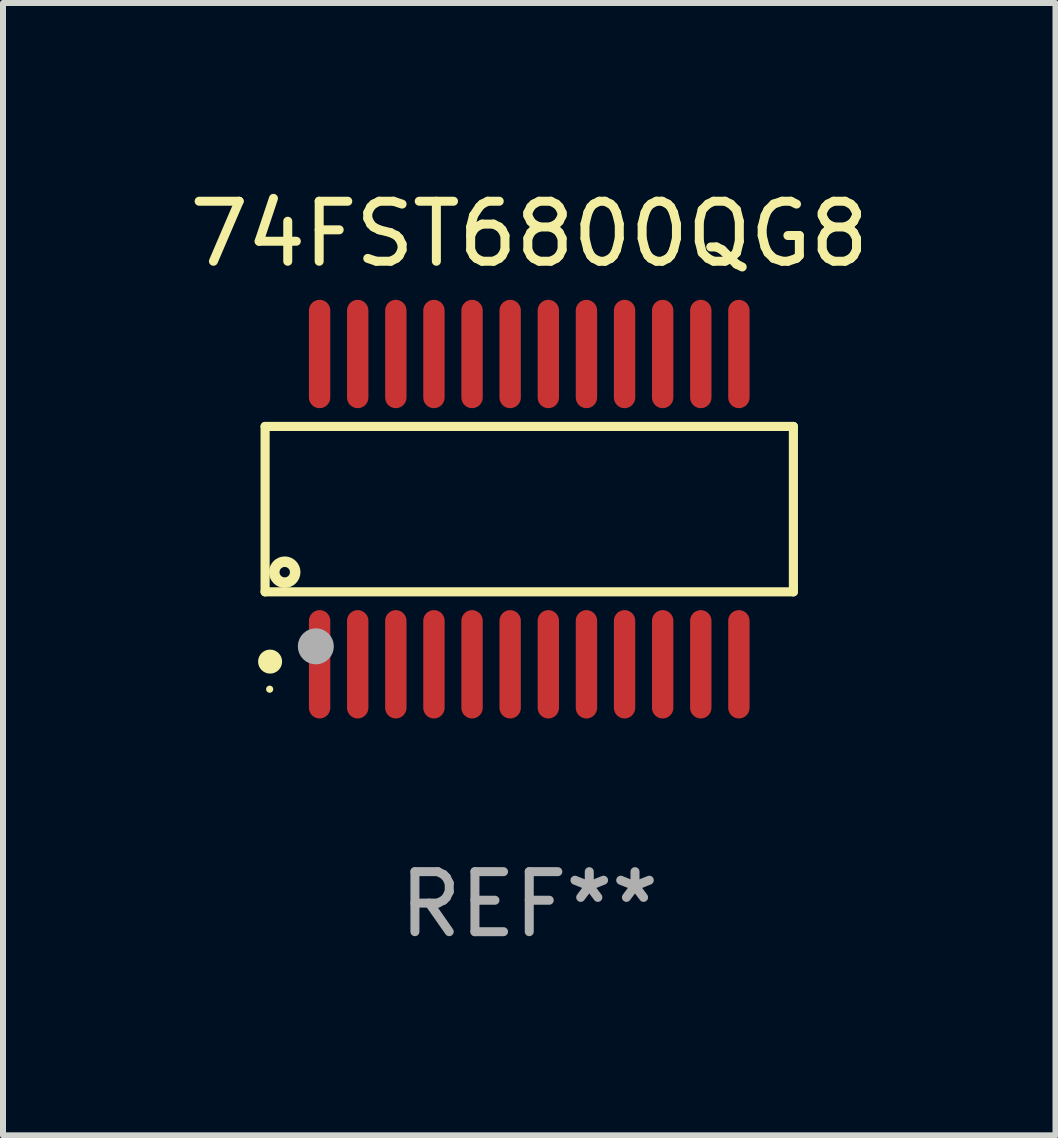
<source format=kicad_pcb>
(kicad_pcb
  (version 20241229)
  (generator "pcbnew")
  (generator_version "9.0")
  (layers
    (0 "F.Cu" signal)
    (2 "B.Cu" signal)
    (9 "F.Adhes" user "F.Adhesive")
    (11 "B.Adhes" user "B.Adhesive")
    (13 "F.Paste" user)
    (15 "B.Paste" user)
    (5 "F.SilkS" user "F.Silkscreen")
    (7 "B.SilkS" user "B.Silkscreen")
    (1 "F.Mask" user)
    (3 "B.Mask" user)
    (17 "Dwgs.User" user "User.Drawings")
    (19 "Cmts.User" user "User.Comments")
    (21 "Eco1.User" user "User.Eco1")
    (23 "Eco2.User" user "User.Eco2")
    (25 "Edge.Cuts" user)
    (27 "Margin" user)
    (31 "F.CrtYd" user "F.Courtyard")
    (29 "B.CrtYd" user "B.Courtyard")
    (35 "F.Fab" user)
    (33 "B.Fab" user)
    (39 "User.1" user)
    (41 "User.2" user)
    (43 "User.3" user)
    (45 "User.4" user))
  (footprint "74FST6800QG8"
    (layer "F.Cu")
    (at 5.768 5.433)
    (property "Reference" "74FST6800QG8" (at 0 -4.585 0) (layer "F.SilkS") (effects (font (size 1 1) (thickness 0.15))))
    (attr through_hole)
    (fp_line (start -4.401 -1.378) (end 4.401 -1.378) (stroke (width 0.152) (type solid)) (layer "F.SilkS"))
    (fp_line (start -4.401 1.378) (end -4.401 -1.378) (stroke (width 0.152) (type solid)) (layer "F.SilkS"))
    (fp_line (start 4.401 -1.378) (end 4.401 1.378) (stroke (width 0.152) (type solid)) (layer "F.SilkS"))
    (fp_line (start 4.401 1.378) (end -4.401 1.378) (stroke (width 0.152) (type solid)) (layer "F.SilkS"))
    (fp_circle (center -4.325 3) (end -4.295 3) (stroke (width 0.06) (type solid)) (fill no) (layer "F.SilkS"))
    (fp_circle (center -4.318 2.54) (end -4.218 2.54) (stroke (width 0.2) (type solid)) (fill no) (layer "F.SilkS"))
    (fp_circle (center -4.074 1.05) (end -3.987 1.05) (stroke (width 0.175) (type solid)) (fill no) (layer "F.SilkS"))
    (fp_circle (center -3.556 2.286) (end -3.406 2.286) (stroke (width 0.3) (type solid)) (fill no) (layer "F.Fab"))
    (fp_text user "REF**" (at 0 6.585 0) (layer "F.Fab") (effects (font (size 1 1) (thickness 0.15))))
    (pad "1" smd oval (at -3.493 2.585) (size 0.356 1.805) (layers "F.Cu" "F.Mask" "F.Paste"))
    (pad "2" smd oval (at -2.858 2.585) (size 0.356 1.805) (layers "F.Cu" "F.Mask" "F.Paste"))
    (pad "3" smd oval (at -2.223 2.585) (size 0.356 1.805) (layers "F.Cu" "F.Mask" "F.Paste"))
    (pad "4" smd oval (at -1.588 2.585) (size 0.356 1.805) (layers "F.Cu" "F.Mask" "F.Paste"))
    (pad "5" smd oval (at -0.953 2.585) (size 0.356 1.805) (layers "F.Cu" "F.Mask" "F.Paste"))
    (pad "6" smd oval (at -0.318 2.585) (size 0.356 1.805) (layers "F.Cu" "F.Mask" "F.Paste"))
    (pad "7" smd oval (at 0.318 2.585) (size 0.356 1.805) (layers "F.Cu" "F.Mask" "F.Paste"))
    (pad "8" smd oval (at 0.953 2.585) (size 0.356 1.805) (layers "F.Cu" "F.Mask" "F.Paste"))
    (pad "9" smd oval (at 1.588 2.585) (size 0.356 1.805) (layers "F.Cu" "F.Mask" "F.Paste"))
    (pad "10" smd oval (at 2.223 2.585) (size 0.356 1.805) (layers "F.Cu" "F.Mask" "F.Paste"))
    (pad "11" smd oval (at 2.858 2.585) (size 0.356 1.805) (layers "F.Cu" "F.Mask" "F.Paste"))
    (pad "12" smd oval (at 3.493 2.585) (size 0.356 1.805) (layers "F.Cu" "F.Mask" "F.Paste"))
    (pad "13" smd oval (at 3.493 -2.585) (size 0.356 1.805) (layers "F.Cu" "F.Mask" "F.Paste"))
    (pad "14" smd oval (at 2.858 -2.585) (size 0.356 1.805) (layers "F.Cu" "F.Mask" "F.Paste"))
    (pad "15" smd oval (at 2.223 -2.585) (size 0.356 1.805) (layers "F.Cu" "F.Mask" "F.Paste"))
    (pad "16" smd oval (at 1.588 -2.585) (size 0.356 1.805) (layers "F.Cu" "F.Mask" "F.Paste"))
    (pad "17" smd oval (at 0.953 -2.585) (size 0.356 1.805) (layers "F.Cu" "F.Mask" "F.Paste"))
    (pad "18" smd oval (at 0.318 -2.585) (size 0.356 1.805) (layers "F.Cu" "F.Mask" "F.Paste"))
    (pad "19" smd oval (at -0.318 -2.585) (size 0.356 1.805) (layers "F.Cu" "F.Mask" "F.Paste"))
    (pad "20" smd oval (at -0.953 -2.585) (size 0.356 1.805) (layers "F.Cu" "F.Mask" "F.Paste"))
    (pad "21" smd oval (at -1.588 -2.585) (size 0.356 1.805) (layers "F.Cu" "F.Mask" "F.Paste"))
    (pad "22" smd oval (at -2.223 -2.585) (size 0.356 1.805) (layers "F.Cu" "F.Mask" "F.Paste"))
    (pad "23" smd oval (at -2.858 -2.585) (size 0.356 1.805) (layers "F.Cu" "F.Mask" "F.Paste"))
    (pad "24" smd oval (at -3.493 -2.585) (size 0.356 1.805) (layers "F.Cu" "F.Mask" "F.Paste")))
  (gr_rect
    (start -3 -3)
    (end 14.536 15.866)
    (stroke (width 0.1) (type default))
    (fill no)
    (layer "Edge.Cuts")))
</source>
